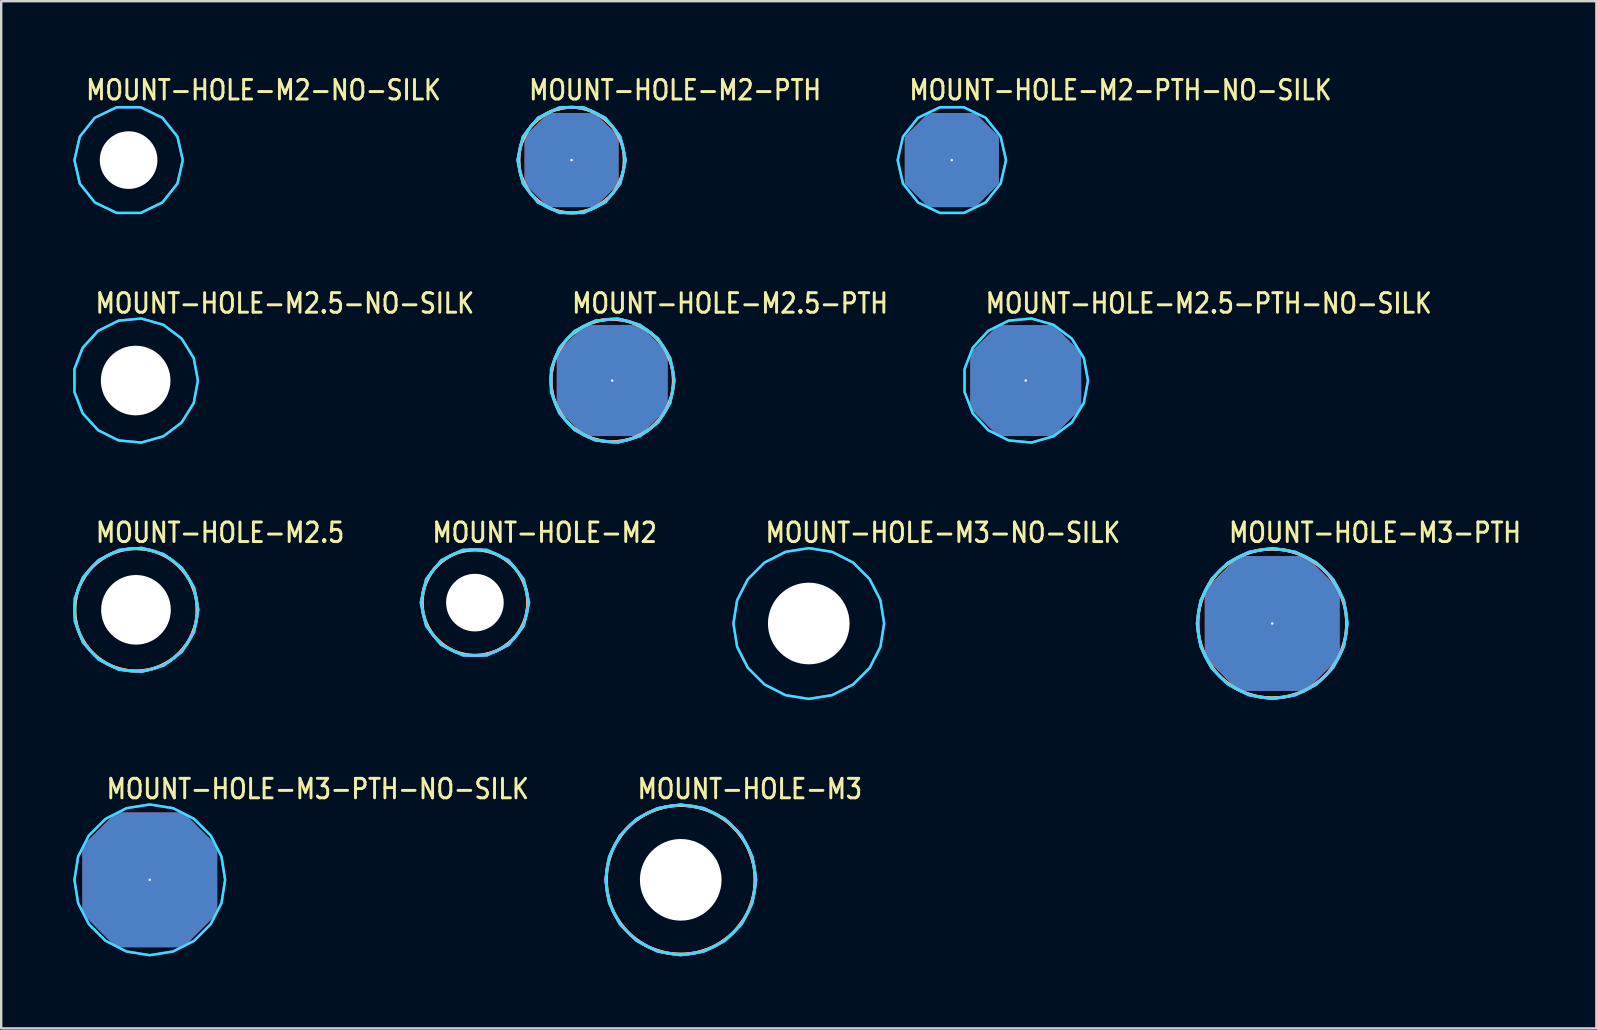
<source format=kicad_pcb>
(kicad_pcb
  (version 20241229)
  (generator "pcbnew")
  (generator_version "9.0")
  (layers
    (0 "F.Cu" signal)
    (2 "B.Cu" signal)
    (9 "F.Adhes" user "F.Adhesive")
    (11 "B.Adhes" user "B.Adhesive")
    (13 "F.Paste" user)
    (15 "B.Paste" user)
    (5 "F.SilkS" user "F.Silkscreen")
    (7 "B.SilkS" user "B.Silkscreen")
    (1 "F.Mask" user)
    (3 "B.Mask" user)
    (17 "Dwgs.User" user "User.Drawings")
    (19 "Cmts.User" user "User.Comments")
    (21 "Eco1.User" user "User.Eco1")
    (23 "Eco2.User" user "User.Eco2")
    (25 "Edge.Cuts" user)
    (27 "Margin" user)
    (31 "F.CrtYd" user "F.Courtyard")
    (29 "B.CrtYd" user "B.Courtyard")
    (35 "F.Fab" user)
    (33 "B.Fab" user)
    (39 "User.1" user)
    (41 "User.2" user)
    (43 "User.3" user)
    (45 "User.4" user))
  (footprint "MOUNT-HOLE-M2-PTH-NO-SILK"
    (layer "F.Cu")
    (at 36.598 3.619)
    (property "Reference" "MOUNT-HOLE-M2-PTH-NO-SILK" (at -1.84 -2.44 0) (unlocked yes) (layer "F.SilkS") (effects (font (size 0.813 0.695) (thickness 0.122)) (justify left bottom)))
    (fp_poly (pts (xy 2.257 0) (xy 2.033 -0.979) (xy 1.407 -1.764) (xy 0.502 -2.2) (xy -0.502 -2.2) (xy -1.407 -1.764) (xy -2.033 -0.979) (xy -2.257 0) (xy -2.033 0.979) (xy -1.407 1.764) (xy -0.502 2.2) (xy 0.502 2.2) (xy 1.407 1.764) (xy 2.033 0.979)) (stroke (width 0.1) (type solid)) (fill no) (layer "B.CrtYd"))
    (fp_poly (pts (xy 2.257 0) (xy 2.033 -0.979) (xy 1.407 -1.764) (xy 0.502 -2.2) (xy -0.502 -2.2) (xy -1.407 -1.764) (xy -2.033 -0.979) (xy -2.257 0) (xy -2.033 0.979) (xy -1.407 1.764) (xy -0.502 2.2) (xy 0.502 2.2) (xy 1.407 1.764) (xy 2.033 0.979)) (stroke (width 0.1) (type solid)) (fill no) (layer "F.CrtYd"))
    (pad "1" thru_hole custom (at 0 0) (size 0.1 0.1) (drill 2.4) (layers "*.Cu" "*.Mask") (options (anchor rect)) (primitives (gr_poly (pts (xy 1.9 0.95) (xy 0.95 1.9) (xy -0.95 1.9) (xy -1.9 0.95) (xy -1.9 -0.95) (xy -0.95 -1.9) (xy 0.95 -1.9) (xy 1.9 -0.95)) (width 0.12) (fill yes)))))
  (footprint "MOUNT-HOLE-M2-NO-SILK"
    (layer "F.Cu")
    (at 2.307 3.619)
    (property "Reference" "MOUNT-HOLE-M2-NO-SILK" (at -1.84 -2.44 0) (unlocked yes) (layer "F.SilkS") (effects (font (size 0.813 0.695) (thickness 0.122)) (justify left bottom)))
    (fp_circle (center 0 0) (end 2.1 0) (stroke (width 0) (type solid)) (fill yes) (layer "F.Mask"))
    (fp_circle (center 0 0) (end 2.2 0) (stroke (width 0) (type solid)) (fill yes) (layer "F.Mask"))
    (fp_circle (center 0 0) (end 2.2 0) (stroke (width 0) (type solid)) (fill yes) (layer "F.Mask"))
    (fp_circle (center 0 0) (end 2.1 0) (stroke (width 0) (type solid)) (fill yes) (layer "B.Mask"))
    (fp_circle (center 0 0) (end 2.2 0) (stroke (width 0) (type solid)) (fill yes) (layer "B.Mask"))
    (fp_poly (pts (xy 2.257 0) (xy 2.033 -0.979) (xy 1.407 -1.764) (xy 0.502 -2.2) (xy -0.502 -2.2) (xy -1.407 -1.764) (xy -2.033 -0.979) (xy -2.257 0) (xy -2.033 0.979) (xy -1.407 1.764) (xy -0.502 2.2) (xy 0.502 2.2) (xy 1.407 1.764) (xy 2.033 0.979)) (stroke (width 0.1) (type solid)) (fill no) (layer "B.CrtYd"))
    (fp_poly (pts (xy 2.257 0) (xy 2.033 -0.979) (xy 1.407 -1.764) (xy 0.502 -2.2) (xy -0.502 -2.2) (xy -1.407 -1.764) (xy -2.033 -0.979) (xy -2.257 0) (xy -2.033 0.979) (xy -1.407 1.764) (xy -0.502 2.2) (xy 0.502 2.2) (xy 1.407 1.764) (xy 2.033 0.979)) (stroke (width 0.1) (type solid)) (fill no) (layer "F.CrtYd"))
    (pad "" np_thru_hole circle (at 0 0) (size 2.4 2.4) (drill 2.4) (layers "*.Cu" "*.Mask")))
  (footprint "MOUNT-HOLE-M2.5-PTH-NO-SILK"
    (layer "F.Cu")
    (at 39.677 12.801)
    (property "Reference" "MOUNT-HOLE-M2.5-PTH-NO-SILK" (at -1.74 -2.74 0) (unlocked yes) (layer "F.SilkS") (effects (font (size 0.813 0.695) (thickness 0.122)) (justify left bottom)))
    (fp_poly (pts (xy 2.594 0) (xy 2.419 -0.937) (xy 1.917 -1.748) (xy 1.156 -2.322) (xy 0.239 -2.583) (xy -0.71 -2.495) (xy -1.563 -2.07) (xy -2.206 -1.366) (xy -2.55 -0.477) (xy -2.55 0.477) (xy -2.206 1.366) (xy -1.563 2.07) (xy -0.71 2.495) (xy 0.239 2.583) (xy 1.156 2.322) (xy 1.917 1.748) (xy 2.419 0.937)) (stroke (width 0.1) (type solid)) (fill no) (layer "B.CrtYd"))
    (fp_poly (pts (xy 2.594 0) (xy 2.419 -0.937) (xy 1.917 -1.748) (xy 1.156 -2.322) (xy 0.239 -2.583) (xy -0.71 -2.495) (xy -1.563 -2.07) (xy -2.206 -1.366) (xy -2.55 -0.477) (xy -2.55 0.477) (xy -2.206 1.366) (xy -1.563 2.07) (xy -0.71 2.495) (xy 0.239 2.583) (xy 1.156 2.322) (xy 1.917 1.748) (xy 2.419 0.937)) (stroke (width 0.1) (type solid)) (fill no) (layer "F.CrtYd"))
    (pad "1" thru_hole custom (at 0 0) (size 0.1 0.1) (drill 2.9) (layers "*.Cu" "*.Mask") (options (anchor rect)) (primitives (gr_poly (pts (xy 2.25 1.125) (xy 1.125 2.25) (xy -1.125 2.25) (xy -2.25 1.125) (xy -2.25 -1.125) (xy -1.125 -2.25) (xy 1.125 -2.25) (xy 2.25 -1.125)) (width 0.12) (fill yes)))))
  (footprint "MOUNT-HOLE-M3"
    (layer "F.Cu")
    (at 25.306 33.599)
    (property "Reference" "MOUNT-HOLE-M3" (at -1.87 -3.31 0) (unlocked yes) (layer "F.SilkS") (effects (font (size 0.813 0.695) (thickness 0.122)) (justify left bottom)))
    (fp_circle (center 0 0) (end 2.95 0) (stroke (width 0) (type solid)) (fill yes) (layer "F.Mask"))
    (fp_circle (center 0 0) (end 3.1 0) (stroke (width 0) (type solid)) (fill yes) (layer "F.Mask"))
    (fp_circle (center 0 0) (end 3.1 0) (stroke (width 0) (type solid)) (fill yes) (layer "F.Mask"))
    (fp_circle (center 0 0) (end 2.95 0) (stroke (width 0) (type solid)) (fill yes) (layer "B.Mask"))
    (fp_circle (center 0 0) (end 3.1 0) (stroke (width 0) (type solid)) (fill yes) (layer "B.Mask"))
    (fp_circle (center 0 0) (end 3.1 0) (stroke (width 0.127) (type solid)) (fill no) (layer "F.SilkS"))
    (fp_circle (center 0 0) (end 3.1 0) (stroke (width 0.127) (type solid)) (fill no) (layer "B.SilkS"))
    (fp_poly (pts (xy 3.139 0) (xy 2.985 -0.97) (xy 2.539 -1.845) (xy 1.845 -2.539) (xy 0.97 -2.985) (xy 0 -3.139) (xy -0.97 -2.985) (xy -1.845 -2.539) (xy -2.539 -1.845) (xy -2.985 -0.97) (xy -3.139 0) (xy -2.985 0.97) (xy -2.539 1.845) (xy -1.845 2.539) (xy -0.97 2.985) (xy 0 3.139) (xy 0.97 2.985) (xy 1.845 2.539) (xy 2.539 1.845) (xy 2.985 0.97)) (stroke (width 0.1) (type solid)) (fill no) (layer "B.CrtYd"))
    (fp_poly (pts (xy 3.139 0) (xy 2.985 -0.97) (xy 2.539 -1.845) (xy 1.845 -2.539) (xy 0.97 -2.985) (xy 0 -3.139) (xy -0.97 -2.985) (xy -1.845 -2.539) (xy -2.539 -1.845) (xy -2.985 -0.97) (xy -3.139 0) (xy -2.985 0.97) (xy -2.539 1.845) (xy -1.845 2.539) (xy -0.97 2.985) (xy 0 3.139) (xy 0.97 2.985) (xy 1.845 2.539) (xy 2.539 1.845) (xy 2.985 0.97)) (stroke (width 0.1) (type solid)) (fill no) (layer "F.CrtYd"))
    (pad "" np_thru_hole circle (at 0 0) (size 3.4 3.4) (drill 3.4) (layers "*.Cu" "*.Mask")))
  (footprint "MOUNT-HOLE-M2.5-NO-SILK"
    (layer "F.Cu")
    (at 2.6 12.801)
    (property "Reference" "MOUNT-HOLE-M2.5-NO-SILK" (at -1.74 -2.74 0) (unlocked yes) (layer "F.SilkS") (effects (font (size 0.813 0.695) (thickness 0.122)) (justify left bottom)))
    (fp_circle (center 0 0) (end 2.4 0) (stroke (width 0) (type solid)) (fill yes) (layer "F.Mask"))
    (fp_circle (center 0 0) (end 2.55 0) (stroke (width 0) (type solid)) (fill yes) (layer "F.Mask"))
    (fp_circle (center 0 0) (end 2.55 0) (stroke (width 0) (type solid)) (fill yes) (layer "F.Mask"))
    (fp_circle (center 0 0) (end 2.4 0) (stroke (width 0) (type solid)) (fill yes) (layer "B.Mask"))
    (fp_circle (center 0 0) (end 2.55 0) (stroke (width 0) (type solid)) (fill yes) (layer "B.Mask"))
    (fp_poly (pts (xy 2.594 0) (xy 2.419 -0.937) (xy 1.917 -1.748) (xy 1.156 -2.322) (xy 0.239 -2.583) (xy -0.71 -2.495) (xy -1.563 -2.07) (xy -2.206 -1.366) (xy -2.55 -0.477) (xy -2.55 0.477) (xy -2.206 1.366) (xy -1.563 2.07) (xy -0.71 2.495) (xy 0.239 2.583) (xy 1.156 2.322) (xy 1.917 1.748) (xy 2.419 0.937)) (stroke (width 0.1) (type solid)) (fill no) (layer "B.CrtYd"))
    (fp_poly (pts (xy 2.594 0) (xy 2.419 -0.937) (xy 1.917 -1.748) (xy 1.156 -2.322) (xy 0.239 -2.583) (xy -0.71 -2.495) (xy -1.563 -2.07) (xy -2.206 -1.366) (xy -2.55 -0.477) (xy -2.55 0.477) (xy -2.206 1.366) (xy -1.563 2.07) (xy -0.71 2.495) (xy 0.239 2.583) (xy 1.156 2.322) (xy 1.917 1.748) (xy 2.419 0.937)) (stroke (width 0.1) (type solid)) (fill no) (layer "F.CrtYd"))
    (pad "" np_thru_hole circle (at 0 0) (size 2.9 2.9) (drill 2.9) (layers "*.Cu" "*.Mask")))
  (footprint "MOUNT-HOLE-M3-NO-SILK"
    (layer "F.Cu")
    (at 30.639 22.922)
    (property "Reference" "MOUNT-HOLE-M3-NO-SILK" (at -1.87 -3.31 0) (unlocked yes) (layer "F.SilkS") (effects (font (size 0.813 0.695) (thickness 0.122)) (justify left bottom)))
    (fp_circle (center 0 0) (end 2.95 0) (stroke (width 0) (type solid)) (fill yes) (layer "F.Mask"))
    (fp_circle (center 0 0) (end 3.1 0) (stroke (width 0) (type solid)) (fill yes) (layer "F.Mask"))
    (fp_circle (center 0 0) (end 3.1 0) (stroke (width 0) (type solid)) (fill yes) (layer "F.Mask"))
    (fp_circle (center 0 0) (end 2.95 0) (stroke (width 0) (type solid)) (fill yes) (layer "B.Mask"))
    (fp_circle (center 0 0) (end 3.1 0) (stroke (width 0) (type solid)) (fill yes) (layer "B.Mask"))
    (fp_poly (pts (xy 3.139 0) (xy 2.985 -0.97) (xy 2.539 -1.845) (xy 1.845 -2.539) (xy 0.97 -2.985) (xy 0 -3.139) (xy -0.97 -2.985) (xy -1.845 -2.539) (xy -2.539 -1.845) (xy -2.985 -0.97) (xy -3.139 0) (xy -2.985 0.97) (xy -2.539 1.845) (xy -1.845 2.539) (xy -0.97 2.985) (xy 0 3.139) (xy 0.97 2.985) (xy 1.845 2.539) (xy 2.539 1.845) (xy 2.985 0.97)) (stroke (width 0.1) (type solid)) (fill no) (layer "B.CrtYd"))
    (fp_poly (pts (xy 3.139 0) (xy 2.985 -0.97) (xy 2.539 -1.845) (xy 1.845 -2.539) (xy 0.97 -2.985) (xy 0 -3.139) (xy -0.97 -2.985) (xy -1.845 -2.539) (xy -2.539 -1.845) (xy -2.985 -0.97) (xy -3.139 0) (xy -2.985 0.97) (xy -2.539 1.845) (xy -1.845 2.539) (xy -0.97 2.985) (xy 0 3.139) (xy 0.97 2.985) (xy 1.845 2.539) (xy 2.539 1.845) (xy 2.985 0.97)) (stroke (width 0.1) (type solid)) (fill no) (layer "F.CrtYd"))
    (pad "" np_thru_hole circle (at 0 0) (size 3.4 3.4) (drill 3.4) (layers "*.Cu" "*.Mask")))
  (footprint "MOUNT-HOLE-M3-PTH-NO-SILK"
    (layer "F.Cu")
    (at 3.189 33.599)
    (property "Reference" "MOUNT-HOLE-M3-PTH-NO-SILK" (at -1.87 -3.31 0) (unlocked yes) (layer "F.SilkS") (effects (font (size 0.813 0.695) (thickness 0.122)) (justify left bottom)))
    (fp_poly (pts (xy 3.139 0) (xy 2.985 -0.97) (xy 2.539 -1.845) (xy 1.845 -2.539) (xy 0.97 -2.985) (xy 0 -3.139) (xy -0.97 -2.985) (xy -1.845 -2.539) (xy -2.539 -1.845) (xy -2.985 -0.97) (xy -3.139 0) (xy -2.985 0.97) (xy -2.539 1.845) (xy -1.845 2.539) (xy -0.97 2.985) (xy 0 3.139) (xy 0.97 2.985) (xy 1.845 2.539) (xy 2.539 1.845) (xy 2.985 0.97)) (stroke (width 0.1) (type solid)) (fill no) (layer "B.CrtYd"))
    (fp_poly (pts (xy 3.139 0) (xy 2.985 -0.97) (xy 2.539 -1.845) (xy 1.845 -2.539) (xy 0.97 -2.985) (xy 0 -3.139) (xy -0.97 -2.985) (xy -1.845 -2.539) (xy -2.539 -1.845) (xy -2.985 -0.97) (xy -3.139 0) (xy -2.985 0.97) (xy -2.539 1.845) (xy -1.845 2.539) (xy -0.97 2.985) (xy 0 3.139) (xy 0.97 2.985) (xy 1.845 2.539) (xy 2.539 1.845) (xy 2.985 0.97)) (stroke (width 0.1) (type solid)) (fill no) (layer "F.CrtYd"))
    (pad "1" thru_hole custom (at 0 0) (size 0.1 0.1) (drill 3.4) (layers "*.Cu" "*.Mask") (options (anchor rect)) (primitives (gr_poly (pts (xy 2.75 1.375) (xy 1.375 2.75) (xy -1.375 2.75) (xy -2.75 1.375) (xy -2.75 -1.375) (xy -1.375 -2.75) (xy 1.375 -2.75) (xy 2.75 -1.375)) (width 0.12) (fill yes)))))
  (footprint "MOUNT-HOLE-M2.5"
    (layer "F.Cu")
    (at 2.614 22.352)
    (property "Reference" "MOUNT-HOLE-M2.5" (at -1.74 -2.74 0) (unlocked yes) (layer "F.SilkS") (effects (font (size 0.813 0.695) (thickness 0.122)) (justify left bottom)))
    (fp_circle (center 0 0) (end 2.4 0) (stroke (width 0) (type solid)) (fill yes) (layer "F.Mask"))
    (fp_circle (center 0 0) (end 2.55 0) (stroke (width 0) (type solid)) (fill yes) (layer "F.Mask"))
    (fp_circle (center 0 0) (end 2.55 0) (stroke (width 0) (type solid)) (fill yes) (layer "F.Mask"))
    (fp_circle (center 0 0) (end 2.4 0) (stroke (width 0) (type solid)) (fill yes) (layer "B.Mask"))
    (fp_circle (center 0 0) (end 2.55 0) (stroke (width 0) (type solid)) (fill yes) (layer "B.Mask"))
    (fp_circle (center 0 0) (end 2.55 0) (stroke (width 0.127) (type solid)) (fill no) (layer "F.SilkS"))
    (fp_circle (center 0 0) (end 2.55 0) (stroke (width 0.127) (type solid)) (fill no) (layer "B.SilkS"))
    (fp_poly (pts (xy 2.594 0) (xy 2.419 -0.937) (xy 1.917 -1.748) (xy 1.156 -2.322) (xy 0.239 -2.583) (xy -0.71 -2.495) (xy -1.563 -2.07) (xy -2.206 -1.366) (xy -2.55 -0.477) (xy -2.55 0.477) (xy -2.206 1.366) (xy -1.563 2.07) (xy -0.71 2.495) (xy 0.239 2.583) (xy 1.156 2.322) (xy 1.917 1.748) (xy 2.419 0.937)) (stroke (width 0.1) (type solid)) (fill no) (layer "B.CrtYd"))
    (fp_poly (pts (xy 2.594 0) (xy 2.419 -0.937) (xy 1.917 -1.748) (xy 1.156 -2.322) (xy 0.239 -2.583) (xy -0.71 -2.495) (xy -1.563 -2.07) (xy -2.206 -1.366) (xy -2.55 -0.477) (xy -2.55 0.477) (xy -2.206 1.366) (xy -1.563 2.07) (xy -0.71 2.495) (xy 0.239 2.583) (xy 1.156 2.322) (xy 1.917 1.748) (xy 2.419 0.937)) (stroke (width 0.1) (type solid)) (fill no) (layer "F.CrtYd"))
    (pad "" np_thru_hole circle (at 0 0) (size 2.9 2.9) (drill 2.9) (layers "*.Cu" "*.Mask")))
  (footprint "MOUNT-HOLE-M2.5-PTH"
    (layer "F.Cu")
    (at 22.452 12.801)
    (property "Reference" "MOUNT-HOLE-M2.5-PTH" (at -1.74 -2.74 0) (unlocked yes) (layer "F.SilkS") (effects (font (size 0.813 0.695) (thickness 0.122)) (justify left bottom)))
    (fp_circle (center 0 0) (end 2.55 0) (stroke (width 0.127) (type solid)) (fill no) (layer "F.SilkS"))
    (fp_circle (center 0 0) (end 2.55 0) (stroke (width 0.127) (type solid)) (fill no) (layer "B.SilkS"))
    (fp_poly (pts (xy 2.594 0) (xy 2.419 -0.937) (xy 1.917 -1.748) (xy 1.156 -2.322) (xy 0.239 -2.583) (xy -0.71 -2.495) (xy -1.563 -2.07) (xy -2.206 -1.366) (xy -2.55 -0.477) (xy -2.55 0.477) (xy -2.206 1.366) (xy -1.563 2.07) (xy -0.71 2.495) (xy 0.239 2.583) (xy 1.156 2.322) (xy 1.917 1.748) (xy 2.419 0.937)) (stroke (width 0.1) (type solid)) (fill no) (layer "B.CrtYd"))
    (fp_poly (pts (xy 2.594 0) (xy 2.419 -0.937) (xy 1.917 -1.748) (xy 1.156 -2.322) (xy 0.239 -2.583) (xy -0.71 -2.495) (xy -1.563 -2.07) (xy -2.206 -1.366) (xy -2.55 -0.477) (xy -2.55 0.477) (xy -2.206 1.366) (xy -1.563 2.07) (xy -0.71 2.495) (xy 0.239 2.583) (xy 1.156 2.322) (xy 1.917 1.748) (xy 2.419 0.937)) (stroke (width 0.1) (type solid)) (fill no) (layer "F.CrtYd"))
    (pad "1" thru_hole custom (at 0 0) (size 0.1 0.1) (drill 2.9) (layers "*.Cu" "*.Mask") (options (anchor rect)) (primitives (gr_poly (pts (xy 2.25 1.125) (xy 1.125 2.25) (xy -1.125 2.25) (xy -2.25 1.125) (xy -2.25 -1.125) (xy -1.125 -2.25) (xy 1.125 -2.25) (xy 2.25 -1.125)) (width 0.12) (fill yes)))))
  (footprint "MOUNT-HOLE-M3-PTH"
    (layer "F.Cu")
    (at 49.944 22.922)
    (property "Reference" "MOUNT-HOLE-M3-PTH" (at -1.87 -3.31 0) (unlocked yes) (layer "F.SilkS") (effects (font (size 0.813 0.695) (thickness 0.122)) (justify left bottom)))
    (fp_circle (center 0 0) (end 3.1 0) (stroke (width 0.127) (type solid)) (fill no) (layer "F.SilkS"))
    (fp_circle (center 0 0) (end 3.1 0) (stroke (width 0.127) (type solid)) (fill no) (layer "B.SilkS"))
    (fp_poly (pts (xy 3.139 0) (xy 2.985 -0.97) (xy 2.539 -1.845) (xy 1.845 -2.539) (xy 0.97 -2.985) (xy 0 -3.139) (xy -0.97 -2.985) (xy -1.845 -2.539) (xy -2.539 -1.845) (xy -2.985 -0.97) (xy -3.139 0) (xy -2.985 0.97) (xy -2.539 1.845) (xy -1.845 2.539) (xy -0.97 2.985) (xy 0 3.139) (xy 0.97 2.985) (xy 1.845 2.539) (xy 2.539 1.845) (xy 2.985 0.97)) (stroke (width 0.1) (type solid)) (fill no) (layer "B.CrtYd"))
    (fp_poly (pts (xy 3.139 0) (xy 2.985 -0.97) (xy 2.539 -1.845) (xy 1.845 -2.539) (xy 0.97 -2.985) (xy 0 -3.139) (xy -0.97 -2.985) (xy -1.845 -2.539) (xy -2.539 -1.845) (xy -2.985 -0.97) (xy -3.139 0) (xy -2.985 0.97) (xy -2.539 1.845) (xy -1.845 2.539) (xy -0.97 2.985) (xy 0 3.139) (xy 0.97 2.985) (xy 1.845 2.539) (xy 2.539 1.845) (xy 2.985 0.97)) (stroke (width 0.1) (type solid)) (fill no) (layer "F.CrtYd"))
    (pad "1" thru_hole custom (at 0 0) (size 0.1 0.1) (drill 3.4) (layers "*.Cu" "*.Mask") (options (anchor rect)) (primitives (gr_poly (pts (xy 2.75 1.375) (xy 1.375 2.75) (xy -1.375 2.75) (xy -2.75 1.375) (xy -2.75 -1.375) (xy -1.375 -2.75) (xy 1.375 -2.75) (xy 2.75 -1.375)) (width 0.12) (fill yes)))))
  (footprint "MOUNT-HOLE-M2-PTH"
    (layer "F.Cu")
    (at 20.759 3.619)
    (property "Reference" "MOUNT-HOLE-M2-PTH" (at -1.84 -2.44 0) (unlocked yes) (layer "F.SilkS") (effects (font (size 0.813 0.695) (thickness 0.122)) (justify left bottom)))
    (fp_circle (center 0 0) (end 2.2 0) (stroke (width 0.127) (type solid)) (fill no) (layer "F.SilkS"))
    (fp_circle (center 0 0) (end 2.2 0) (stroke (width 0.127) (type solid)) (fill no) (layer "B.SilkS"))
    (fp_poly (pts (xy 2.257 0) (xy 2.033 -0.979) (xy 1.407 -1.764) (xy 0.502 -2.2) (xy -0.502 -2.2) (xy -1.407 -1.764) (xy -2.033 -0.979) (xy -2.257 0) (xy -2.033 0.979) (xy -1.407 1.764) (xy -0.502 2.2) (xy 0.502 2.2) (xy 1.407 1.764) (xy 2.033 0.979)) (stroke (width 0.1) (type solid)) (fill no) (layer "B.CrtYd"))
    (fp_poly (pts (xy 2.257 0) (xy 2.033 -0.979) (xy 1.407 -1.764) (xy 0.502 -2.2) (xy -0.502 -2.2) (xy -1.407 -1.764) (xy -2.033 -0.979) (xy -2.257 0) (xy -2.033 0.979) (xy -1.407 1.764) (xy -0.502 2.2) (xy 0.502 2.2) (xy 1.407 1.764) (xy 2.033 0.979)) (stroke (width 0.1) (type solid)) (fill no) (layer "F.CrtYd"))
    (pad "1" thru_hole custom (at 0 0) (size 0.1 0.1) (drill 2.4) (layers "*.Cu" "*.Mask") (options (anchor rect)) (primitives (gr_poly (pts (xy 1.9 0.95) (xy 0.95 1.9) (xy -0.95 1.9) (xy -1.9 0.95) (xy -1.9 -0.95) (xy -0.95 -1.9) (xy 0.95 -1.9) (xy 1.9 -0.95)) (width 0.12) (fill yes)))))
  (footprint "MOUNT-HOLE-M2"
    (layer "F.Cu")
    (at 16.732 22.052)
    (property "Reference" "MOUNT-HOLE-M2" (at -1.84 -2.44 0) (unlocked yes) (layer "F.SilkS") (effects (font (size 0.813 0.695) (thickness 0.122)) (justify left bottom)))
    (fp_circle (center 0 0) (end 2.1 0) (stroke (width 0) (type solid)) (fill yes) (layer "F.Mask"))
    (fp_circle (center 0 0) (end 2.2 0) (stroke (width 0) (type solid)) (fill yes) (layer "F.Mask"))
    (fp_circle (center 0 0) (end 2.2 0) (stroke (width 0) (type solid)) (fill yes) (layer "F.Mask"))
    (fp_circle (center 0 0) (end 2.1 0) (stroke (width 0) (type solid)) (fill yes) (layer "B.Mask"))
    (fp_circle (center 0 0) (end 2.2 0) (stroke (width 0) (type solid)) (fill yes) (layer "B.Mask"))
    (fp_circle (center 0 0) (end 2.2 0) (stroke (width 0.127) (type solid)) (fill no) (layer "F.SilkS"))
    (fp_circle (center 0 0) (end 2.2 0) (stroke (width 0.127) (type solid)) (fill no) (layer "B.SilkS"))
    (fp_poly (pts (xy 2.257 0) (xy 2.033 -0.979) (xy 1.407 -1.764) (xy 0.502 -2.2) (xy -0.502 -2.2) (xy -1.407 -1.764) (xy -2.033 -0.979) (xy -2.257 0) (xy -2.033 0.979) (xy -1.407 1.764) (xy -0.502 2.2) (xy 0.502 2.2) (xy 1.407 1.764) (xy 2.033 0.979)) (stroke (width 0.1) (type solid)) (fill no) (layer "B.CrtYd"))
    (fp_poly (pts (xy 2.257 0) (xy 2.033 -0.979) (xy 1.407 -1.764) (xy 0.502 -2.2) (xy -0.502 -2.2) (xy -1.407 -1.764) (xy -2.033 -0.979) (xy -2.257 0) (xy -2.033 0.979) (xy -1.407 1.764) (xy -0.502 2.2) (xy 0.502 2.2) (xy 1.407 1.764) (xy 2.033 0.979)) (stroke (width 0.1) (type solid)) (fill no) (layer "F.CrtYd"))
    (pad "" np_thru_hole circle (at 0 0) (size 2.4 2.4) (drill 2.4) (layers "*.Cu" "*.Mask")))
  (gr_rect
    (start -3 -3)
    (end 63.446 39.788)
    (stroke (width 0.1) (type default))
    (fill no)
    (layer "Edge.Cuts")))
</source>
